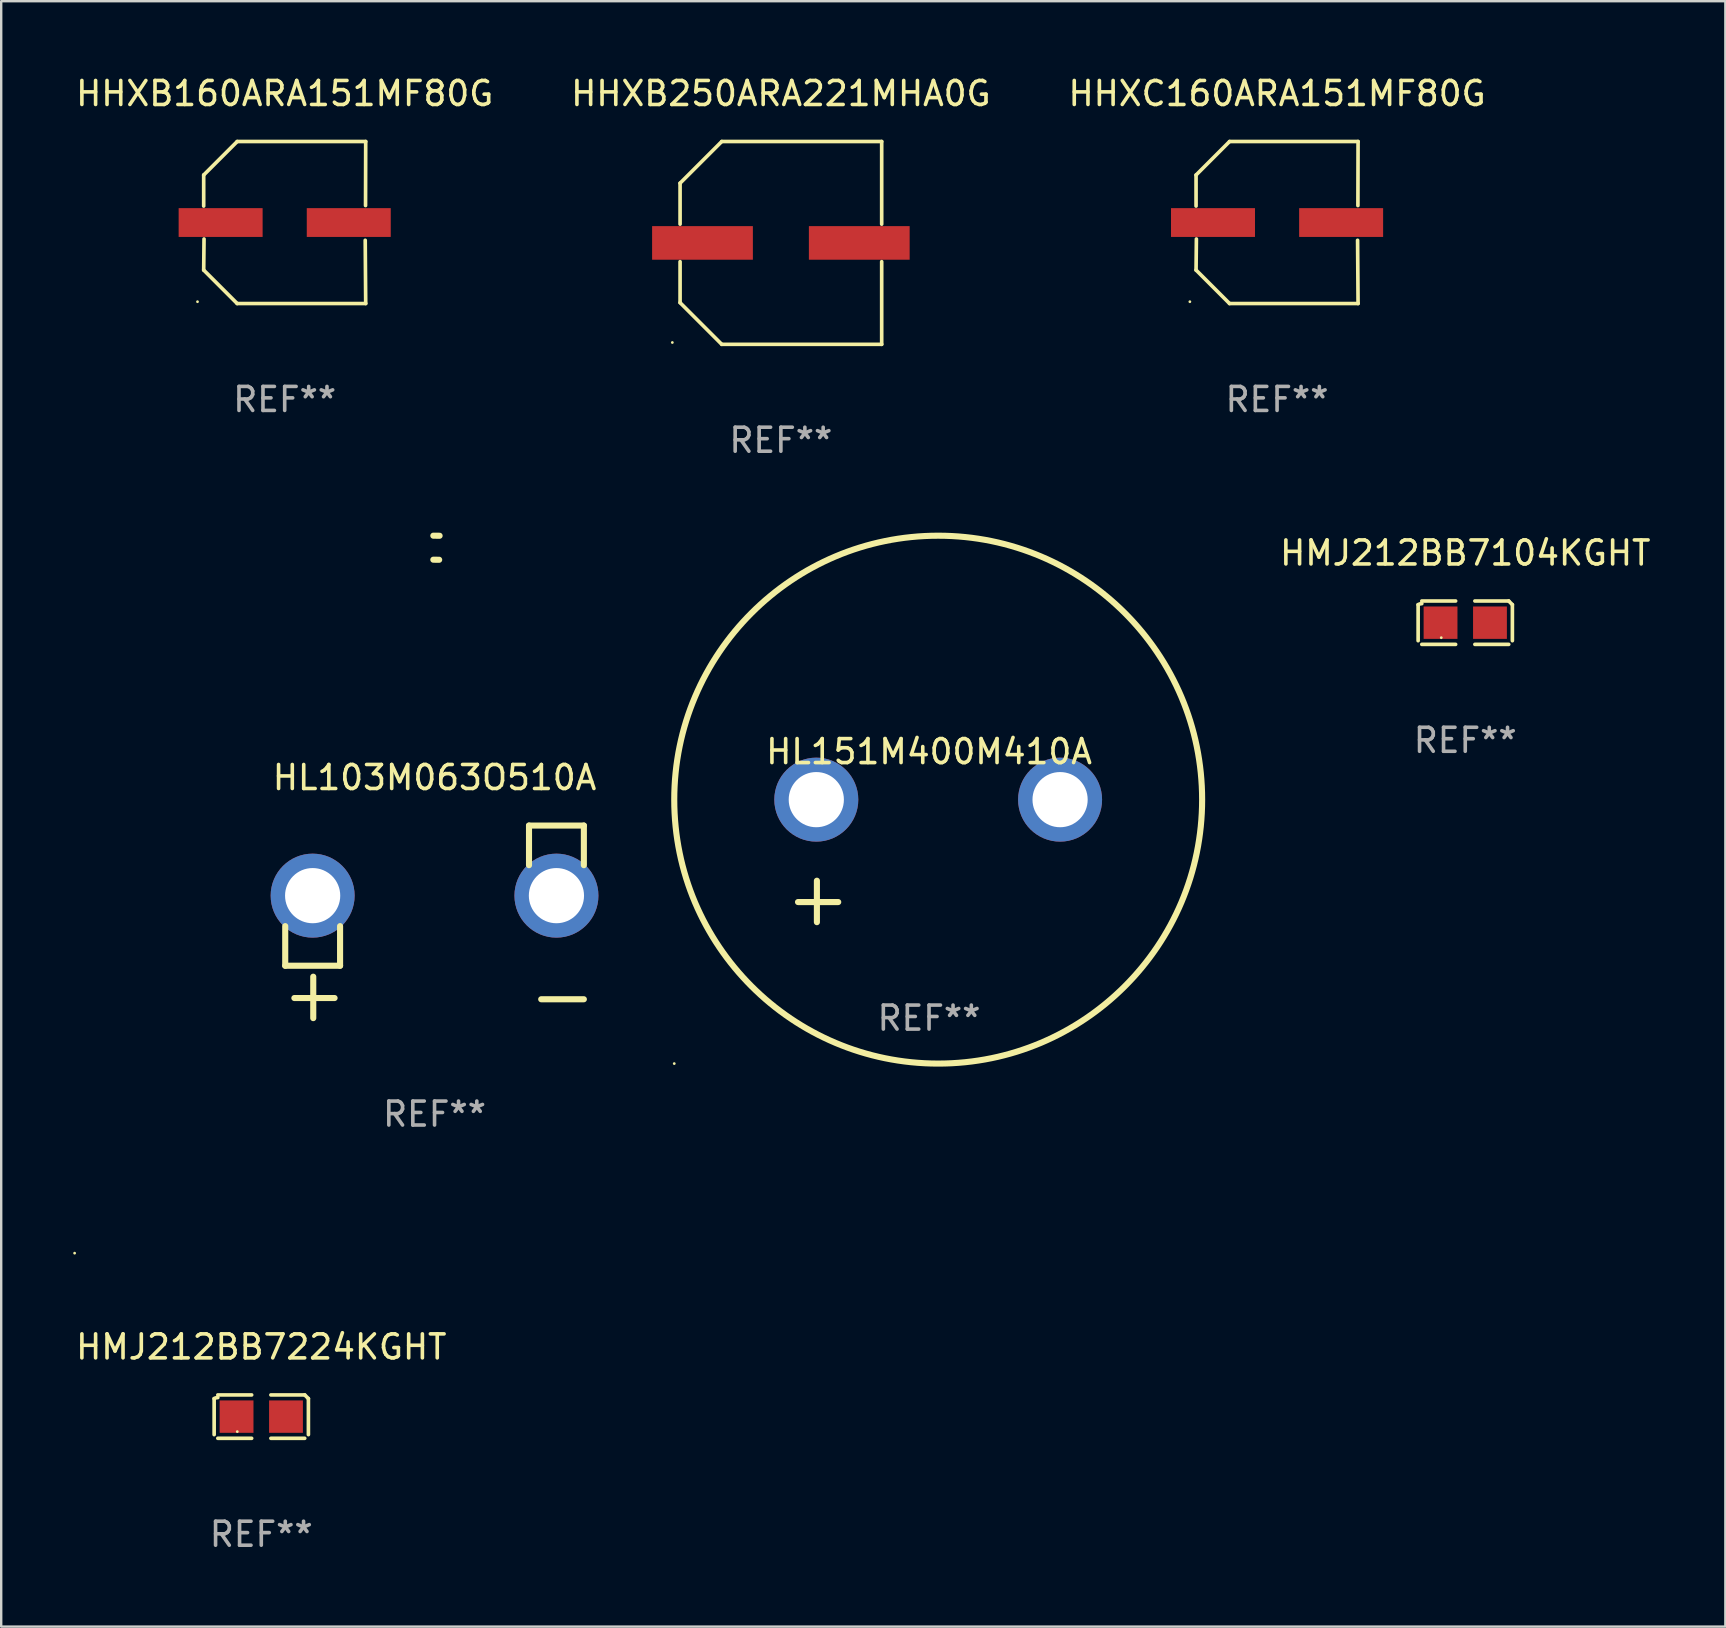
<source format=kicad_pcb>
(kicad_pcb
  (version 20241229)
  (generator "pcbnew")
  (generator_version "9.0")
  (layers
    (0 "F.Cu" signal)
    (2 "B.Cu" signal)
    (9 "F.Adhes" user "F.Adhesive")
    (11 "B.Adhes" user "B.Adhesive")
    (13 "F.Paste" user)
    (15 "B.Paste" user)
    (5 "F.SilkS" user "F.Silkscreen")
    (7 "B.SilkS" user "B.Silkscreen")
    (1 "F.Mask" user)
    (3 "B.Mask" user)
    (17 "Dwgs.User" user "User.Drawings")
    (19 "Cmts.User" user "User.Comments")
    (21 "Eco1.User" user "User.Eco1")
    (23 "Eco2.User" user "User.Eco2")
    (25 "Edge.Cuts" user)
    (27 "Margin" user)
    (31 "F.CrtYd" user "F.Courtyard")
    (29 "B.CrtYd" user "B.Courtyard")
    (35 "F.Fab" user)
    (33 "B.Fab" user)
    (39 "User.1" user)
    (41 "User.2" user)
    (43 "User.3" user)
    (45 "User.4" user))
  (footprint "HHXB160ARA151MF80G"
    (layer "F.Cu")
    (at 8.815 6.224)
    (property "Reference" "HHXB160ARA151MF80G" (at 0 -5.376 0) (layer "F.SilkS") (effects (font (size 1 1) (thickness 0.15))))
    (attr through_hole)
    (fp_line (start -3.376 -1.98) (end -3.376 -0.686) (stroke (width 0.152) (type solid)) (layer "F.SilkS"))
    (fp_line (start -3.376 1.981) (end -3.362 0.686) (stroke (width 0.152) (type solid)) (layer "F.SilkS"))
    (fp_line (start -1.981 3.376) (end -3.376 1.981) (stroke (width 0.152) (type solid)) (layer "F.SilkS"))
    (fp_line (start -1.98 -3.376) (end -3.376 -1.98) (stroke (width 0.152) (type solid)) (layer "F.SilkS"))
    (fp_line (start 3.356 0.74) (end 3.376 3.376) (stroke (width 0.152) (type solid)) (layer "F.SilkS"))
    (fp_line (start 3.369 -0.707) (end 3.376 -3.376) (stroke (width 0.152) (type solid)) (layer "F.SilkS"))
    (fp_line (start 3.376 3.376) (end -1.981 3.376) (stroke (width 0.152) (type solid)) (layer "F.SilkS"))
    (fp_line (start 3.376 -3.376) (end -1.98 -3.376) (stroke (width 0.152) (type solid)) (layer "F.SilkS"))
    (fp_circle (center -3.634 3.3) (end -3.604 3.3) (stroke (width 0.06) (type solid)) (fill no) (layer "F.SilkS"))
    (fp_text user "REF**" (at 0 7.376 0) (layer "F.Fab") (effects (font (size 1 1) (thickness 0.15))))
    (pad "1" smd rect (at -2.67 0.000254) (size 3.5 1.2) (layers "F.Cu" "F.Mask" "F.Paste"))
    (pad "2" smd rect (at 2.67 0.000254) (size 3.5 1.2) (layers "F.Cu" "F.Mask" "F.Paste")))
  (footprint "HHXC160ARA151MF80G"
    (layer "F.Cu")
    (at 50.173 6.224)
    (property "Reference" "HHXC160ARA151MF80G" (at 0 -5.376 0) (layer "F.SilkS") (effects (font (size 1 1) (thickness 0.15))))
    (attr through_hole)
    (fp_line (start -3.376 -1.98) (end -3.376 -0.686) (stroke (width 0.152) (type solid)) (layer "F.SilkS"))
    (fp_line (start -3.376 1.981) (end -3.362 0.686) (stroke (width 0.152) (type solid)) (layer "F.SilkS"))
    (fp_line (start -1.981 3.376) (end -3.376 1.981) (stroke (width 0.152) (type solid)) (layer "F.SilkS"))
    (fp_line (start -1.98 -3.376) (end -3.376 -1.98) (stroke (width 0.152) (type solid)) (layer "F.SilkS"))
    (fp_line (start 3.356 0.74) (end 3.376 3.376) (stroke (width 0.152) (type solid)) (layer "F.SilkS"))
    (fp_line (start 3.369 -0.707) (end 3.376 -3.376) (stroke (width 0.152) (type solid)) (layer "F.SilkS"))
    (fp_line (start 3.376 3.376) (end -1.981 3.376) (stroke (width 0.152) (type solid)) (layer "F.SilkS"))
    (fp_line (start 3.376 -3.376) (end -1.98 -3.376) (stroke (width 0.152) (type solid)) (layer "F.SilkS"))
    (fp_circle (center -3.634 3.3) (end -3.604 3.3) (stroke (width 0.06) (type solid)) (fill no) (layer "F.SilkS"))
    (fp_text user "REF**" (at 0 7.376 0) (layer "F.Fab") (effects (font (size 1 1) (thickness 0.15))))
    (pad "1" smd rect (at -2.67 0.000254) (size 3.5 1.2) (layers "F.Cu" "F.Mask" "F.Paste"))
    (pad "2" smd rect (at 2.67 0.000254) (size 3.5 1.2) (layers "F.Cu" "F.Mask" "F.Paste")))
  (footprint "HMJ212BB7104KGHT"
    (layer "F.Cu")
    (at 58.016 22.901)
    (property "Reference" "HMJ212BB7104KGHT" (at 0 -2.904 0) (layer "F.SilkS") (effects (font (size 1 1) (thickness 0.15))))
    (attr through_hole)
    (fp_line (start -1.964 0.751) (end -1.964 -0.751) (stroke (width 0.152) (type solid)) (layer "F.SilkS"))
    (fp_line (start -1.811 -0.904) (end -0.401 -0.904) (stroke (width 0.152) (type solid)) (layer "F.SilkS"))
    (fp_line (start -0.401 0.904) (end -1.811 0.904) (stroke (width 0.152) (type solid)) (layer "F.SilkS"))
    (fp_line (start 0.401 0.904) (end 1.811 0.904) (stroke (width 0.152) (type solid)) (layer "F.SilkS"))
    (fp_line (start 1.811 -0.904) (end 0.401 -0.904) (stroke (width 0.152) (type solid)) (layer "F.SilkS"))
    (fp_line (start 1.964 0.751) (end 1.964 -0.751) (stroke (width 0.152) (type solid)) (layer "F.SilkS"))
    (fp_arc (start -1.963602 -0.751207) (mid -1.890354 -0.783131) (end -1.811201 -0.794044) (stroke (width 0.1524) (type solid)) (layer "F.SilkS"))
    (fp_arc (start 1.811202 -0.903607) (mid 1.887413 -0.827418) (end 1.963602 -0.751207) (stroke (width 0.1524) (type solid)) (layer "F.SilkS"))
    (fp_circle (center -1 0.625) (end -0.97 0.625) (stroke (width 0.06) (type solid)) (fill no) (layer "F.SilkS"))
    (fp_text user "REF**" (at 0 4.904 0) (layer "F.Fab") (effects (font (size 1 1) (thickness 0.15))))
    (pad "1" smd rect (at -1.03 0) (size 1.41 1.35) (layers "F.Cu" "F.Mask" "F.Paste"))
    (pad "2" smd rect (at 1.03 0) (size 1.41 1.35) (layers "F.Cu" "F.Mask" "F.Paste")))
  (footprint "HHXB250ARA221MHA0G"
    (layer "F.Cu")
    (at 29.494 7.074)
    (property "Reference" "HHXB250ARA221MHA0G" (at 0 -6.226 0) (layer "F.SilkS") (effects (font (size 1 1) (thickness 0.15))))
    (attr through_hole)
    (fp_line (start -4.201 -2.49) (end -4.201 -0.782) (stroke (width 0.152) (type solid)) (layer "F.SilkS"))
    (fp_line (start -4.201 2.49) (end -4.201 0.782) (stroke (width 0.152) (type solid)) (layer "F.SilkS"))
    (fp_line (start -2.465 -4.226) (end -4.201 -2.49) (stroke (width 0.152) (type solid)) (layer "F.SilkS"))
    (fp_line (start -2.465 4.226) (end -4.201 2.49) (stroke (width 0.152) (type solid)) (layer "F.SilkS"))
    (fp_line (start 4.201 -4.226) (end -2.465 -4.226) (stroke (width 0.152) (type solid)) (layer "F.SilkS"))
    (fp_line (start 4.201 -0.782) (end 4.201 -4.226) (stroke (width 0.152) (type solid)) (layer "F.SilkS"))
    (fp_line (start 4.201 0.782) (end 4.201 4.226) (stroke (width 0.152) (type solid)) (layer "F.SilkS"))
    (fp_line (start 4.201 4.226) (end -2.465 4.226) (stroke (width 0.152) (type solid)) (layer "F.SilkS"))
    (fp_circle (center -4.524 4.15) (end -4.494 4.15) (stroke (width 0.06) (type solid)) (fill no) (layer "F.SilkS"))
    (fp_text user "REF**" (at 0 8.226 0) (layer "F.Fab") (effects (font (size 1 1) (thickness 0.15))))
    (pad "1" smd rect (at -3.267 0) (size 4.2 1.4) (layers "F.Cu" "F.Mask" "F.Paste"))
    (pad "2" smd rect (at 3.267 0) (size 4.2 1.4) (layers "F.Cu" "F.Mask" "F.Paste")))
  (footprint "HL151M400M410A"
    (layer "F.Cu")
    (at 35.669 32.829)
    (property "Reference" "HL151M400M410A" (at 0 -4.553 0) (layer "F.SilkS") (effects (font (size 1 1) (thickness 0.15))))
    (attr through_hole)
    (fp_line (start -4.674 2.553) (end -4.674 0.826) (stroke (width 0.254) (type solid)) (layer "F.SilkS"))
    (fp_line (start -3.785 1.715) (end -5.461 1.715) (stroke (width 0.254) (type solid)) (layer "F.SilkS"))
    (fp_circle (center -10.619 8.447) (end -10.589 8.447) (stroke (width 0.06) (type solid)) (fill no) (layer "F.SilkS"))
    (fp_circle (center 0.381 -2.553) (end 11.381 -2.553) (stroke (width 0.254) (type solid)) (fill no) (layer "F.SilkS"))
    (fp_text user "REF**" (at 0 6.553 0) (layer "F.Fab") (effects (font (size 1 1) (thickness 0.15))))
    (pad "1" thru_hole circle (at -4.699 -2.553) (size 3.5 3.5) (drill 2.3) (layers "*.Cu" "*.Mask"))
    (pad "2" thru_hole circle (at 5.461 -2.553) (size 3.5 3.5) (drill 2.3) (layers "*.Cu" "*.Mask")))
  (footprint "HMJ212BB7224KGHT"
    (layer "F.Cu")
    (at 7.839 55.989)
    (property "Reference" "HMJ212BB7224KGHT" (at 0 -2.904 0) (layer "F.SilkS") (effects (font (size 1 1) (thickness 0.15))))
    (attr through_hole)
    (fp_line (start -1.964 0.751) (end -1.964 -0.751) (stroke (width 0.152) (type solid)) (layer "F.SilkS"))
    (fp_line (start -1.811 -0.904) (end -0.401 -0.904) (stroke (width 0.152) (type solid)) (layer "F.SilkS"))
    (fp_line (start -0.401 0.904) (end -1.811 0.904) (stroke (width 0.152) (type solid)) (layer "F.SilkS"))
    (fp_line (start 0.401 0.904) (end 1.811 0.904) (stroke (width 0.152) (type solid)) (layer "F.SilkS"))
    (fp_line (start 1.811 -0.904) (end 0.401 -0.904) (stroke (width 0.152) (type solid)) (layer "F.SilkS"))
    (fp_line (start 1.964 0.751) (end 1.964 -0.751) (stroke (width 0.152) (type solid)) (layer "F.SilkS"))
    (fp_arc (start -1.963602 -0.751207) (mid -1.890354 -0.783131) (end -1.811201 -0.794044) (stroke (width 0.1524) (type solid)) (layer "F.SilkS"))
    (fp_arc (start 1.811202 -0.903607) (mid 1.887413 -0.827418) (end 1.963602 -0.751207) (stroke (width 0.1524) (type solid)) (layer "F.SilkS"))
    (fp_circle (center -1 0.625) (end -0.97 0.625) (stroke (width 0.06) (type solid)) (fill no) (layer "F.SilkS"))
    (fp_text user "REF**" (at 0 4.904 0) (layer "F.Fab") (effects (font (size 1 1) (thickness 0.15))))
    (pad "1" smd rect (at -1.03 0) (size 1.41 1.35) (layers "F.Cu" "F.Mask" "F.Paste"))
    (pad "2" smd rect (at 1.03 0) (size 1.41 1.35) (layers "F.Cu" "F.Mask" "F.Paste")))
  (footprint "HL103M063O510A"
    (layer "F.Cu")
    (at 15.06 35.369)
    (property "Reference" "HL103M063O510A" (at 0 -6.013 0) (layer "F.SilkS") (effects (font (size 1 1) (thickness 0.15))))
    (attr through_hole)
    (fp_line (start -6.223 0.178) (end -6.223 1.829) (stroke (width 0.254) (type solid)) (layer "F.SilkS"))
    (fp_line (start -6.223 1.829) (end -3.937 1.829) (stroke (width 0.254) (type solid)) (layer "F.SilkS"))
    (fp_line (start -5.055 4.013) (end -5.055 2.286) (stroke (width 0.254) (type solid)) (layer "F.SilkS"))
    (fp_line (start -4.166 3.175) (end -5.842 3.175) (stroke (width 0.254) (type solid)) (layer "F.SilkS"))
    (fp_line (start -3.937 1.829) (end -3.937 0.178) (stroke (width 0.254) (type solid)) (layer "F.SilkS"))
    (fp_line (start 3.937 -4.013) (end 3.937 -2.362) (stroke (width 0.254) (type solid)) (layer "F.SilkS"))
    (fp_line (start 6.223 -4.013) (end 3.937 -4.013) (stroke (width 0.254) (type solid)) (layer "F.SilkS"))
    (fp_line (start 6.223 -2.362) (end 6.223 -4.013) (stroke (width 0.254) (type solid)) (layer "F.SilkS"))
    (fp_line (start 6.223 3.226) (end 4.445 3.226) (stroke (width 0.254) (type solid)) (layer "F.SilkS"))
    (fp_arc (start -0.0508 -16.093472) (mid 0.080016 -16.092762) (end 0.210821 -16.090932) (stroke (width 0.254001) (type solid)) (layer "F.SilkS"))
    (fp_arc (start -0.0508 -15.09271) (mid 0.071125 -15.091961) (end 0.19304 -15.09017) (stroke (width 0.254001) (type solid)) (layer "F.SilkS"))
    (fp_circle (center -15 13.808) (end -14.97 13.808) (stroke (width 0.06) (type solid)) (fill no) (layer "F.SilkS"))
    (fp_text user "REF**" (at 0 8.013 0) (layer "F.Fab") (effects (font (size 1 1) (thickness 0.15))))
    (pad "1" thru_hole circle (at -5.08 -1.092) (size 3.5 3.5) (drill 2.3) (layers "*.Cu" "*.Mask"))
    (pad "2" thru_hole circle (at 5.08 -1.092) (size 3.5 3.5) (drill 2.3) (layers "*.Cu" "*.Mask")))
  (gr_rect
    (start -3 -3)
    (end 68.856 64.741)
    (stroke (width 0.1) (type default))
    (fill no)
    (layer "Edge.Cuts")))
</source>
